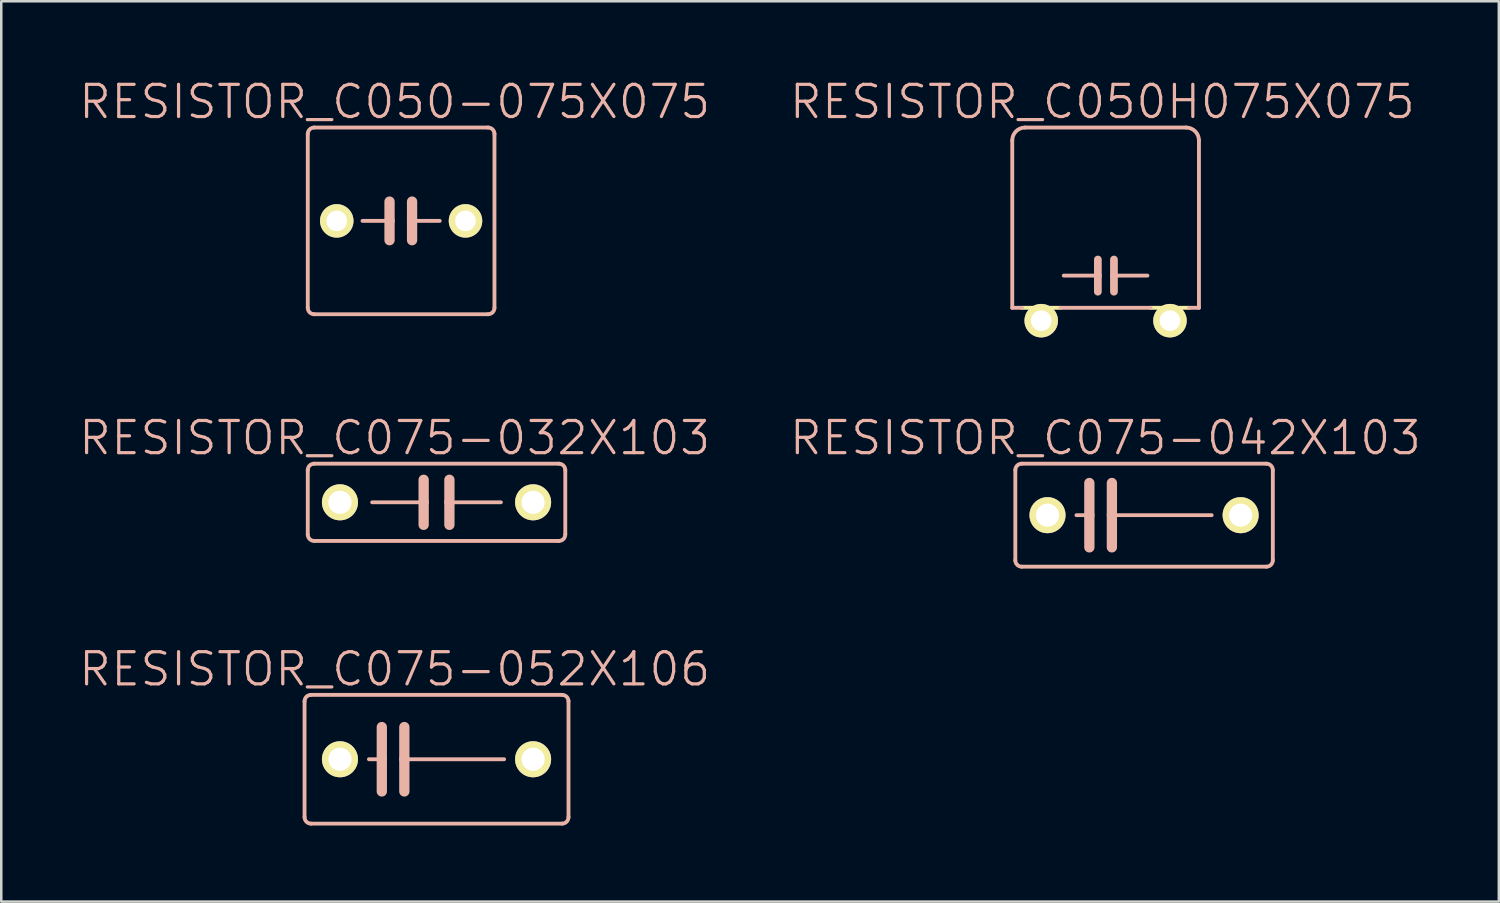
<source format=kicad_pcb>
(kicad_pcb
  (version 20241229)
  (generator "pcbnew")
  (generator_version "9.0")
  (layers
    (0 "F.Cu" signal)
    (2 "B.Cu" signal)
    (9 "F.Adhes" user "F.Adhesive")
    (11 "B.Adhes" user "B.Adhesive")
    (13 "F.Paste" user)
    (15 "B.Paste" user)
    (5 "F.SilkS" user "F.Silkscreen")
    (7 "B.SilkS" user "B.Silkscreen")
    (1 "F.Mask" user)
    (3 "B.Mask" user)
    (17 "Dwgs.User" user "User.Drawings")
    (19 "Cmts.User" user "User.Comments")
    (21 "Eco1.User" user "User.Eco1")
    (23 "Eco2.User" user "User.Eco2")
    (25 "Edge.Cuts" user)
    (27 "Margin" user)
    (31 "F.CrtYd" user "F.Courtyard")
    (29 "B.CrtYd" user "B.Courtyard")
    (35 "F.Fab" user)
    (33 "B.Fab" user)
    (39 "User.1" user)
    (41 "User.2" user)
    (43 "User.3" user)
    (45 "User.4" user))
  (footprint "RESISTOR_C075-032X103"
    (layer "F.Cu")
    (at 14.173 16.768)
    (property "Reference" "RESISTOR_C075-032X103" (at -1.651 -2.54 0) (layer "B.SilkS") (effects (font (size 1.27 1.27) (thickness 0.127))))
    (attr exclude_from_pos_files exclude_from_bom)
    (fp_line (start -5.08 -1.27) (end -5.08 1.27) (stroke (width 0.152) (type solid)) (layer "B.SilkS"))
    (fp_line (start -4.826 1.524) (end 4.826 1.524) (stroke (width 0.152) (type solid)) (layer "B.SilkS"))
    (fp_line (start -2.54 0) (end -0.508 0) (stroke (width 0.152) (type solid)) (layer "B.SilkS"))
    (fp_line (start -0.508 -0.889) (end -0.508 0) (stroke (width 0.406) (type solid)) (layer "B.SilkS"))
    (fp_line (start -0.508 0) (end -0.508 0.889) (stroke (width 0.406) (type solid)) (layer "B.SilkS"))
    (fp_line (start 0.508 -0.889) (end 0.508 0) (stroke (width 0.406) (type solid)) (layer "B.SilkS"))
    (fp_line (start 0.508 0) (end 0.508 0.889) (stroke (width 0.406) (type solid)) (layer "B.SilkS"))
    (fp_line (start 0.508 0) (end 2.54 0) (stroke (width 0.152) (type solid)) (layer "B.SilkS"))
    (fp_line (start 4.826 -1.524) (end -4.826 -1.524) (stroke (width 0.152) (type solid)) (layer "B.SilkS"))
    (fp_line (start 5.08 1.27) (end 5.08 -1.27) (stroke (width 0.152) (type solid)) (layer "B.SilkS"))
    (fp_arc (start -5.08 -1.27) (mid -5.005605 -1.449605) (end -4.826 -1.524) (stroke (width 0.1524) (type solid)) (layer "B.SilkS"))
    (fp_arc (start -4.826 1.524) (mid -5.005605 1.449605) (end -5.08 1.27) (stroke (width 0.1524) (type solid)) (layer "B.SilkS"))
    (fp_arc (start 4.826 -1.524) (mid 5.005605 -1.449605) (end 5.08 -1.27) (stroke (width 0.1524) (type solid)) (layer "B.SilkS"))
    (fp_arc (start 5.08 1.27) (mid 5.005605 1.449605) (end 4.826 1.524) (stroke (width 0.1524) (type solid)) (layer "B.SilkS"))
    (pad "1" thru_hole circle (at -3.81 0) (size 1.422 1.422) (drill 0.914) (layers "*.Cu" "F.Mask" "F.SilkS" "F.Paste"))
    (pad "2" thru_hole circle (at 3.81 0) (size 1.422 1.422) (drill 0.914) (layers "*.Cu" "F.Mask" "F.SilkS" "F.Paste")))
  (footprint "RESISTOR_C075-042X103"
    (layer "F.Cu")
    (at 42.089 17.276)
    (property "Reference" "RESISTOR_C075-042X103" (at -1.524 -3.048 0) (layer "B.SilkS") (effects (font (size 1.27 1.27) (thickness 0.127))))
    (attr exclude_from_pos_files exclude_from_bom)
    (fp_line (start -5.08 -1.778) (end -5.08 1.778) (stroke (width 0.152) (type solid)) (layer "B.SilkS"))
    (fp_line (start -4.826 2.032) (end 4.826 2.032) (stroke (width 0.152) (type solid)) (layer "B.SilkS"))
    (fp_line (start -2.667 0) (end -2.159 0) (stroke (width 0.152) (type solid)) (layer "B.SilkS"))
    (fp_line (start -2.159 -1.27) (end -2.159 0) (stroke (width 0.406) (type solid)) (layer "B.SilkS"))
    (fp_line (start -2.159 0) (end -2.159 1.27) (stroke (width 0.406) (type solid)) (layer "B.SilkS"))
    (fp_line (start -1.27 -1.27) (end -1.27 0) (stroke (width 0.406) (type solid)) (layer "B.SilkS"))
    (fp_line (start -1.27 0) (end -1.27 1.27) (stroke (width 0.406) (type solid)) (layer "B.SilkS"))
    (fp_line (start -1.27 0) (end 2.667 0) (stroke (width 0.152) (type solid)) (layer "B.SilkS"))
    (fp_line (start 4.826 -2.032) (end -4.826 -2.032) (stroke (width 0.152) (type solid)) (layer "B.SilkS"))
    (fp_line (start 5.08 1.778) (end 5.08 -1.778) (stroke (width 0.152) (type solid)) (layer "B.SilkS"))
    (fp_arc (start -5.08 -1.778) (mid -5.005605 -1.957605) (end -4.826 -2.032) (stroke (width 0.1524) (type solid)) (layer "B.SilkS"))
    (fp_arc (start -4.826 2.032) (mid -5.005605 1.957605) (end -5.08 1.778) (stroke (width 0.1524) (type solid)) (layer "B.SilkS"))
    (fp_arc (start 4.826 -2.032) (mid 5.005605 -1.957605) (end 5.08 -1.778) (stroke (width 0.1524) (type solid)) (layer "B.SilkS"))
    (fp_arc (start 5.08 1.778) (mid 5.005605 1.957605) (end 4.826 2.032) (stroke (width 0.1524) (type solid)) (layer "B.SilkS"))
    (pad "1" thru_hole circle (at -3.81 0) (size 1.422 1.422) (drill 0.914) (layers "*.Cu" "F.Mask" "F.SilkS" "F.Paste"))
    (pad "2" thru_hole circle (at 3.81 0) (size 1.422 1.422) (drill 0.914) (layers "*.Cu" "F.Mask" "F.SilkS" "F.Paste")))
  (footprint "RESISTOR_C075-052X106"
    (layer "F.Cu")
    (at 14.173 26.906)
    (property "Reference" "RESISTOR_C075-052X106" (at -1.651 -3.556 0) (layer "B.SilkS") (effects (font (size 1.27 1.27) (thickness 0.127))))
    (attr exclude_from_pos_files exclude_from_bom)
    (fp_line (start -5.207 -2.286) (end -5.207 2.286) (stroke (width 0.152) (type solid)) (layer "B.SilkS"))
    (fp_line (start -4.953 2.54) (end 4.953 2.54) (stroke (width 0.152) (type solid)) (layer "B.SilkS"))
    (fp_line (start -2.667 0) (end -2.159 0) (stroke (width 0.152) (type solid)) (layer "B.SilkS"))
    (fp_line (start -2.159 -1.27) (end -2.159 0) (stroke (width 0.406) (type solid)) (layer "B.SilkS"))
    (fp_line (start -2.159 0) (end -2.159 1.27) (stroke (width 0.406) (type solid)) (layer "B.SilkS"))
    (fp_line (start -1.27 -1.27) (end -1.27 0) (stroke (width 0.406) (type solid)) (layer "B.SilkS"))
    (fp_line (start -1.27 0) (end -1.27 1.27) (stroke (width 0.406) (type solid)) (layer "B.SilkS"))
    (fp_line (start -1.27 0) (end 2.667 0) (stroke (width 0.152) (type solid)) (layer "B.SilkS"))
    (fp_line (start 4.953 -2.54) (end -4.953 -2.54) (stroke (width 0.152) (type solid)) (layer "B.SilkS"))
    (fp_line (start 5.207 2.286) (end 5.207 -2.286) (stroke (width 0.152) (type solid)) (layer "B.SilkS"))
    (fp_arc (start -5.207 -2.286) (mid -5.132605 -2.465605) (end -4.953 -2.54) (stroke (width 0.1524) (type solid)) (layer "B.SilkS"))
    (fp_arc (start -4.953 2.54) (mid -5.132605 2.465605) (end -5.207 2.286) (stroke (width 0.1524) (type solid)) (layer "B.SilkS"))
    (fp_arc (start 4.953 -2.54) (mid 5.132605 -2.465605) (end 5.207 -2.286) (stroke (width 0.1524) (type solid)) (layer "B.SilkS"))
    (fp_arc (start 5.207 2.286) (mid 5.132605 2.465605) (end 4.953 2.54) (stroke (width 0.1524) (type solid)) (layer "B.SilkS"))
    (pad "1" thru_hole circle (at -3.81 0) (size 1.422 1.422) (drill 0.914) (layers "*.Cu" "F.Mask" "F.SilkS" "F.Paste"))
    (pad "2" thru_hole circle (at 3.81 0) (size 1.422 1.422) (drill 0.914) (layers "*.Cu" "F.Mask" "F.SilkS" "F.Paste")))
  (footprint "RESISTOR_C050H075X075"
    (layer "F.Cu")
    (at 40.571 9.602)
    (property "Reference" "RESISTOR_C050H075X075" (at -0.127 -8.636 0) (layer "B.SilkS") (effects (font (size 1.27 1.27) (thickness 0.127))))
    (attr exclude_from_pos_files exclude_from_bom)
    (fp_line (start -3.302 -0.508) (end -1.778 -0.508) (stroke (width 0.152) (type solid)) (layer "F.SilkS"))
    (fp_line (start -2.794 -0.508) (end -2.286 -0.508) (stroke (width 0.066) (type solid)) (layer "F.SilkS"))
    (fp_line (start -2.794 -0.127) (end -2.794 -0.508) (stroke (width 0.066) (type solid)) (layer "F.SilkS"))
    (fp_line (start -2.794 -0.127) (end -2.286 -0.127) (stroke (width 0.066) (type solid)) (layer "F.SilkS"))
    (fp_line (start -2.54 0) (end -2.54 -0.254) (stroke (width 0.508) (type solid)) (layer "F.SilkS"))
    (fp_line (start -2.286 -0.127) (end -2.286 -0.508) (stroke (width 0.066) (type solid)) (layer "F.SilkS"))
    (fp_line (start 1.778 -0.508) (end 3.302 -0.508) (stroke (width 0.152) (type solid)) (layer "F.SilkS"))
    (fp_line (start 2.286 -0.508) (end 2.794 -0.508) (stroke (width 0.066) (type solid)) (layer "F.SilkS"))
    (fp_line (start 2.286 -0.127) (end 2.286 -0.508) (stroke (width 0.066) (type solid)) (layer "F.SilkS"))
    (fp_line (start 2.286 -0.127) (end 2.794 -0.127) (stroke (width 0.066) (type solid)) (layer "F.SilkS"))
    (fp_line (start 2.54 0) (end 2.54 -0.254) (stroke (width 0.508) (type solid)) (layer "F.SilkS"))
    (fp_line (start 2.794 -0.127) (end 2.794 -0.508) (stroke (width 0.066) (type solid)) (layer "F.SilkS"))
    (fp_line (start -3.683 -7.112) (end -3.683 -0.508) (stroke (width 0.152) (type solid)) (layer "B.SilkS"))
    (fp_line (start -3.683 -0.508) (end -3.302 -0.508) (stroke (width 0.152) (type solid)) (layer "B.SilkS"))
    (fp_line (start -1.778 -0.508) (end 1.778 -0.508) (stroke (width 0.152) (type solid)) (layer "B.SilkS"))
    (fp_line (start -0.305 -2.413) (end -0.305 -1.778) (stroke (width 0.305) (type solid)) (layer "B.SilkS"))
    (fp_line (start -0.305 -1.778) (end -1.651 -1.778) (stroke (width 0.152) (type solid)) (layer "B.SilkS"))
    (fp_line (start -0.305 -1.778) (end -0.305 -1.143) (stroke (width 0.305) (type solid)) (layer "B.SilkS"))
    (fp_line (start 0.33 -2.413) (end 0.33 -1.778) (stroke (width 0.305) (type solid)) (layer "B.SilkS"))
    (fp_line (start 0.33 -1.778) (end 0.33 -1.143) (stroke (width 0.305) (type solid)) (layer "B.SilkS"))
    (fp_line (start 0.33 -1.778) (end 1.651 -1.778) (stroke (width 0.152) (type solid)) (layer "B.SilkS"))
    (fp_line (start 3.175 -7.62) (end -3.175 -7.62) (stroke (width 0.152) (type solid)) (layer "B.SilkS"))
    (fp_line (start 3.302 -0.508) (end 3.683 -0.508) (stroke (width 0.152) (type solid)) (layer "B.SilkS"))
    (fp_line (start 3.683 -0.508) (end 3.683 -7.112) (stroke (width 0.152) (type solid)) (layer "B.SilkS"))
    (fp_arc (start -3.683 -7.112) (mid -3.53421 -7.47121) (end -3.175 -7.62) (stroke (width 0.1524) (type solid)) (layer "B.SilkS"))
    (fp_arc (start 3.175 -7.62) (mid 3.53421 -7.47121) (end 3.683 -7.112) (stroke (width 0.1524) (type solid)) (layer "B.SilkS"))
    (pad "1" thru_hole circle (at -2.54 0) (size 1.321 1.321) (drill 0.813) (layers "*.Cu" "F.Mask" "F.SilkS" "F.Paste"))
    (pad "2" thru_hole circle (at 2.54 0) (size 1.321 1.321) (drill 0.813) (layers "*.Cu" "F.Mask" "F.SilkS" "F.Paste")))
  (footprint "RESISTOR_C050-075X075"
    (layer "F.Cu")
    (at 12.776 5.665)
    (property "Reference" "RESISTOR_C050-075X075" (at -0.254 -4.699 0) (layer "B.SilkS") (effects (font (size 1.27 1.27) (thickness 0.127))))
    (attr exclude_from_pos_files exclude_from_bom)
    (fp_line (start -3.683 -3.429) (end -3.683 3.429) (stroke (width 0.152) (type solid)) (layer "B.SilkS"))
    (fp_line (start -3.429 3.683) (end 3.429 3.683) (stroke (width 0.152) (type solid)) (layer "B.SilkS"))
    (fp_line (start -1.524 0) (end -0.457 0) (stroke (width 0.152) (type solid)) (layer "B.SilkS"))
    (fp_line (start -0.457 0) (end -0.457 -0.762) (stroke (width 0.406) (type solid)) (layer "B.SilkS"))
    (fp_line (start -0.457 0) (end -0.457 0.762) (stroke (width 0.406) (type solid)) (layer "B.SilkS"))
    (fp_line (start 0.432 -0.762) (end 0.432 0) (stroke (width 0.406) (type solid)) (layer "B.SilkS"))
    (fp_line (start 0.432 0) (end 0.432 0.762) (stroke (width 0.406) (type solid)) (layer "B.SilkS"))
    (fp_line (start 0.432 0) (end 1.524 0) (stroke (width 0.152) (type solid)) (layer "B.SilkS"))
    (fp_line (start 3.429 -3.683) (end -3.429 -3.683) (stroke (width 0.152) (type solid)) (layer "B.SilkS"))
    (fp_line (start 3.683 3.429) (end 3.683 -3.429) (stroke (width 0.152) (type solid)) (layer "B.SilkS"))
    (fp_arc (start -3.683 -3.429) (mid -3.608605 -3.608605) (end -3.429 -3.683) (stroke (width 0.1524) (type solid)) (layer "B.SilkS"))
    (fp_arc (start -3.429 3.683) (mid -3.608605 3.608605) (end -3.683 3.429) (stroke (width 0.1524) (type solid)) (layer "B.SilkS"))
    (fp_arc (start 3.429 -3.683) (mid 3.608605 -3.608605) (end 3.683 -3.429) (stroke (width 0.1524) (type solid)) (layer "B.SilkS"))
    (fp_arc (start 3.683 3.429) (mid 3.608605 3.608605) (end 3.429 3.683) (stroke (width 0.1524) (type solid)) (layer "B.SilkS"))
    (pad "1" thru_hole circle (at -2.54 0) (size 1.321 1.321) (drill 0.813) (layers "*.Cu" "F.Mask" "F.SilkS" "F.Paste"))
    (pad "2" thru_hole circle (at 2.54 0) (size 1.321 1.321) (drill 0.813) (layers "*.Cu" "F.Mask" "F.SilkS" "F.Paste")))
  (gr_rect
    (start -3 -3)
    (end 56.086 32.522)
    (stroke (width 0.1) (type default))
    (fill no)
    (layer "Edge.Cuts")))
</source>
